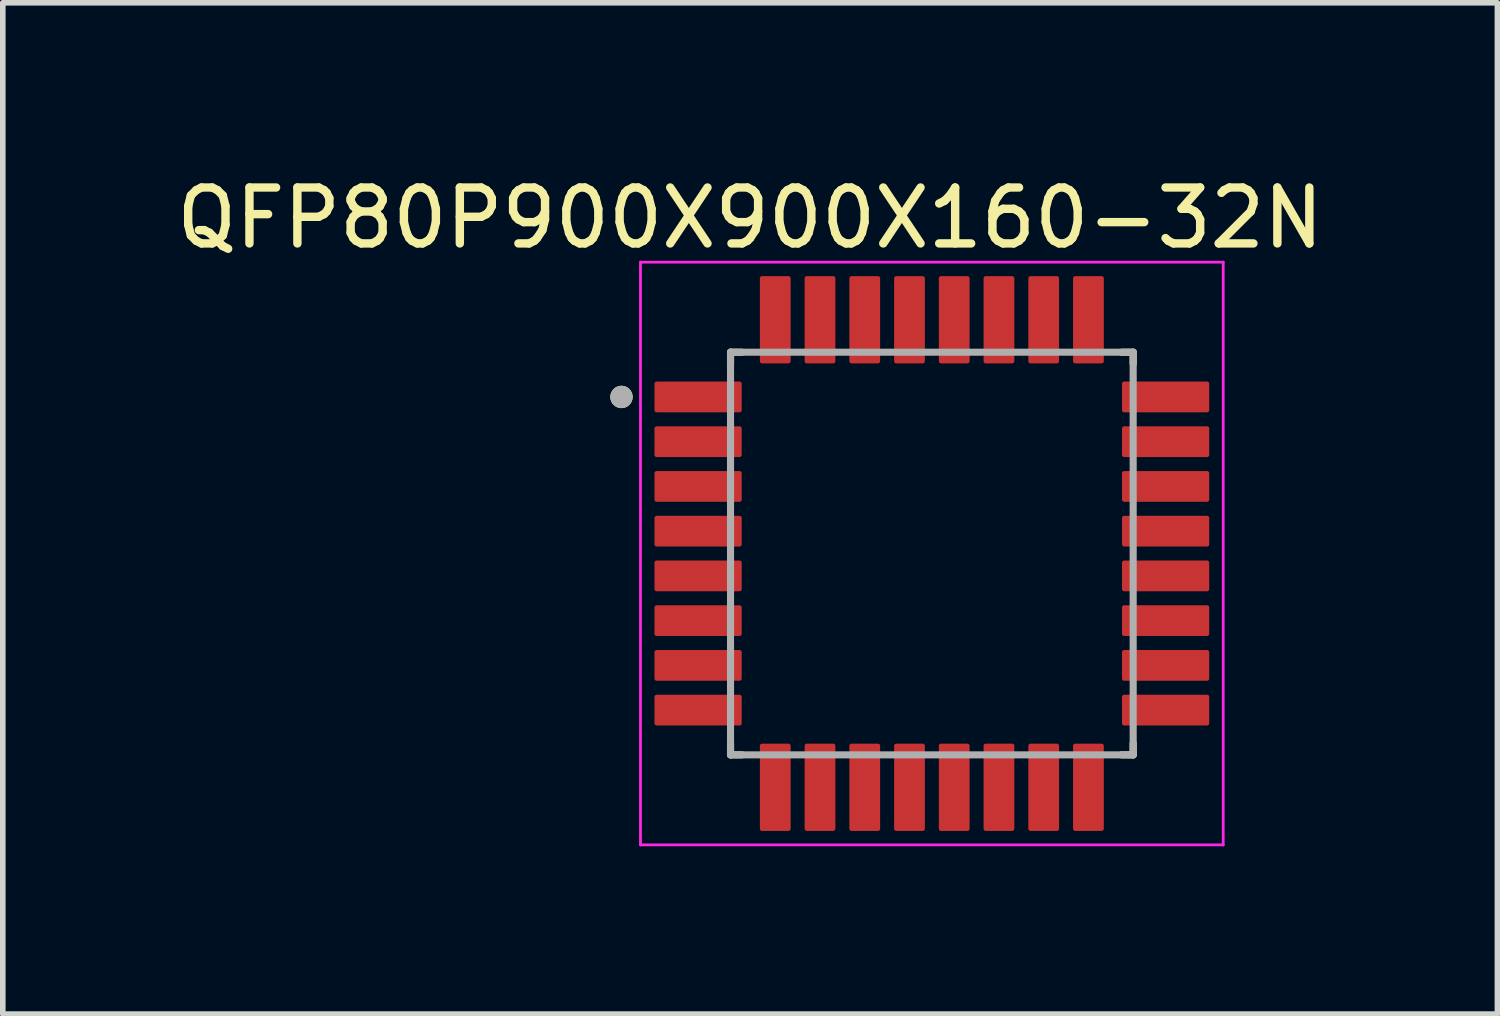
<source format=kicad_pcb>
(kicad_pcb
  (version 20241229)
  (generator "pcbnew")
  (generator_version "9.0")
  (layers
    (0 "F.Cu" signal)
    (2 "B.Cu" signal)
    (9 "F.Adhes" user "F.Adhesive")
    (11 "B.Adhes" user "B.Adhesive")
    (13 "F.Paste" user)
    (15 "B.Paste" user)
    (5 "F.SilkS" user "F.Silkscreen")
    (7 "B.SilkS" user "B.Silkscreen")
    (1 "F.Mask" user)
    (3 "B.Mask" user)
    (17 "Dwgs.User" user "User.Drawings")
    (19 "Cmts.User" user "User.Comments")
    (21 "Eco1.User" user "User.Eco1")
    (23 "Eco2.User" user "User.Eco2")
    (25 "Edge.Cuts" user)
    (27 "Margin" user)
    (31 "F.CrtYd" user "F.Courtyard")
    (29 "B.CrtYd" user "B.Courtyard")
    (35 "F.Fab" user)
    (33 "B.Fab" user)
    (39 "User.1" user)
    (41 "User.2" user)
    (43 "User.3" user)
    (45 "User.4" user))
  (footprint "QFP80P900X900X160-32N"
    (layer "F.Cu")
    (at 13.613 6.848)
    (property "Reference" "QFP80P900X900X160-32N" (at -3.25 -6 0) (layer "F.SilkS") (effects (font (size 1 1) (thickness 0.15))))
    (attr through_hole)
    (fp_line (start -3.6 -3.6) (end -3.6 -3.395) (stroke (width 0.127) (type solid)) (layer "F.SilkS"))
    (fp_line (start -3.6 -3.6) (end -3.395 -3.6) (stroke (width 0.127) (type solid)) (layer "F.SilkS"))
    (fp_line (start -3.6 3.6) (end -3.6 3.395) (stroke (width 0.127) (type solid)) (layer "F.SilkS"))
    (fp_line (start -3.6 3.6) (end -3.395 3.6) (stroke (width 0.127) (type solid)) (layer "F.SilkS"))
    (fp_line (start 3.6 -3.6) (end 3.395 -3.6) (stroke (width 0.127) (type solid)) (layer "F.SilkS"))
    (fp_line (start 3.6 -3.6) (end 3.6 -3.395) (stroke (width 0.127) (type solid)) (layer "F.SilkS"))
    (fp_line (start 3.6 3.6) (end 3.395 3.6) (stroke (width 0.127) (type solid)) (layer "F.SilkS"))
    (fp_line (start 3.6 3.6) (end 3.6 3.395) (stroke (width 0.127) (type solid)) (layer "F.SilkS"))
    (fp_circle (center -5.55 -2.8) (end -5.45 -2.8) (stroke (width 0.2) (type solid)) (fill no) (layer "F.SilkS"))
    (fp_line (start -5.21 -5.21) (end 5.21 -5.21) (stroke (width 0.05) (type solid)) (layer "F.CrtYd"))
    (fp_line (start -5.21 5.21) (end -5.21 -5.21) (stroke (width 0.05) (type solid)) (layer "F.CrtYd"))
    (fp_line (start -5.21 5.21) (end 5.21 5.21) (stroke (width 0.05) (type solid)) (layer "F.CrtYd"))
    (fp_line (start 5.21 5.21) (end 5.21 -5.21) (stroke (width 0.05) (type solid)) (layer "F.CrtYd"))
    (fp_line (start -3.6 3.6) (end -3.6 -3.6) (stroke (width 0.127) (type solid)) (layer "F.Fab"))
    (fp_line (start 3.6 -3.6) (end -3.6 -3.6) (stroke (width 0.127) (type solid)) (layer "F.Fab"))
    (fp_line (start 3.6 3.6) (end -3.6 3.6) (stroke (width 0.127) (type solid)) (layer "F.Fab"))
    (fp_line (start 3.6 3.6) (end 3.6 -3.6) (stroke (width 0.127) (type solid)) (layer "F.Fab"))
    (fp_circle (center -5.55 -2.8) (end -5.45 -2.8) (stroke (width 0.2) (type solid)) (fill no) (layer "F.Fab"))
    (pad "1" smd roundrect (at -4.18 -2.8) (size 1.56 0.55) (layers "F.Cu" "F.Mask" "F.Paste") (roundrect_rratio 0.07))
    (pad "2" smd roundrect (at -4.18 -2) (size 1.56 0.55) (layers "F.Cu" "F.Mask" "F.Paste") (roundrect_rratio 0.07))
    (pad "3" smd roundrect (at -4.18 -1.2) (size 1.56 0.55) (layers "F.Cu" "F.Mask" "F.Paste") (roundrect_rratio 0.07))
    (pad "4" smd roundrect (at -4.18 -0.4) (size 1.56 0.55) (layers "F.Cu" "F.Mask" "F.Paste") (roundrect_rratio 0.07))
    (pad "5" smd roundrect (at -4.18 0.4) (size 1.56 0.55) (layers "F.Cu" "F.Mask" "F.Paste") (roundrect_rratio 0.07))
    (pad "6" smd roundrect (at -4.18 1.2) (size 1.56 0.55) (layers "F.Cu" "F.Mask" "F.Paste") (roundrect_rratio 0.07))
    (pad "7" smd roundrect (at -4.18 2) (size 1.56 0.55) (layers "F.Cu" "F.Mask" "F.Paste") (roundrect_rratio 0.07))
    (pad "8" smd roundrect (at -4.18 2.8) (size 1.56 0.55) (layers "F.Cu" "F.Mask" "F.Paste") (roundrect_rratio 0.07))
    (pad "9" smd roundrect (at -2.8 4.18) (size 0.55 1.56) (layers "F.Cu" "F.Mask" "F.Paste") (roundrect_rratio 0.07))
    (pad "10" smd roundrect (at -2 4.18) (size 0.55 1.56) (layers "F.Cu" "F.Mask" "F.Paste") (roundrect_rratio 0.07))
    (pad "11" smd roundrect (at -1.2 4.18) (size 0.55 1.56) (layers "F.Cu" "F.Mask" "F.Paste") (roundrect_rratio 0.07))
    (pad "12" smd roundrect (at -0.4 4.18) (size 0.55 1.56) (layers "F.Cu" "F.Mask" "F.Paste") (roundrect_rratio 0.07))
    (pad "13" smd roundrect (at 0.4 4.18) (size 0.55 1.56) (layers "F.Cu" "F.Mask" "F.Paste") (roundrect_rratio 0.07))
    (pad "14" smd roundrect (at 1.2 4.18) (size 0.55 1.56) (layers "F.Cu" "F.Mask" "F.Paste") (roundrect_rratio 0.07))
    (pad "15" smd roundrect (at 2 4.18) (size 0.55 1.56) (layers "F.Cu" "F.Mask" "F.Paste") (roundrect_rratio 0.07))
    (pad "16" smd roundrect (at 2.8 4.18) (size 0.55 1.56) (layers "F.Cu" "F.Mask" "F.Paste") (roundrect_rratio 0.07))
    (pad "17" smd roundrect (at 4.18 2.8) (size 1.56 0.55) (layers "F.Cu" "F.Mask" "F.Paste") (roundrect_rratio 0.07))
    (pad "18" smd roundrect (at 4.18 2) (size 1.56 0.55) (layers "F.Cu" "F.Mask" "F.Paste") (roundrect_rratio 0.07))
    (pad "19" smd roundrect (at 4.18 1.2) (size 1.56 0.55) (layers "F.Cu" "F.Mask" "F.Paste") (roundrect_rratio 0.07))
    (pad "20" smd roundrect (at 4.18 0.4) (size 1.56 0.55) (layers "F.Cu" "F.Mask" "F.Paste") (roundrect_rratio 0.07))
    (pad "21" smd roundrect (at 4.18 -0.4) (size 1.56 0.55) (layers "F.Cu" "F.Mask" "F.Paste") (roundrect_rratio 0.07))
    (pad "22" smd roundrect (at 4.18 -1.2) (size 1.56 0.55) (layers "F.Cu" "F.Mask" "F.Paste") (roundrect_rratio 0.07))
    (pad "23" smd roundrect (at 4.18 -2) (size 1.56 0.55) (layers "F.Cu" "F.Mask" "F.Paste") (roundrect_rratio 0.07))
    (pad "24" smd roundrect (at 4.18 -2.8) (size 1.56 0.55) (layers "F.Cu" "F.Mask" "F.Paste") (roundrect_rratio 0.07))
    (pad "25" smd roundrect (at 2.8 -4.18) (size 0.55 1.56) (layers "F.Cu" "F.Mask" "F.Paste") (roundrect_rratio 0.07))
    (pad "26" smd roundrect (at 2 -4.18) (size 0.55 1.56) (layers "F.Cu" "F.Mask" "F.Paste") (roundrect_rratio 0.07))
    (pad "27" smd roundrect (at 1.2 -4.18) (size 0.55 1.56) (layers "F.Cu" "F.Mask" "F.Paste") (roundrect_rratio 0.07))
    (pad "28" smd roundrect (at 0.4 -4.18) (size 0.55 1.56) (layers "F.Cu" "F.Mask" "F.Paste") (roundrect_rratio 0.07))
    (pad "29" smd roundrect (at -0.4 -4.18) (size 0.55 1.56) (layers "F.Cu" "F.Mask" "F.Paste") (roundrect_rratio 0.07))
    (pad "30" smd roundrect (at -1.2 -4.18) (size 0.55 1.56) (layers "F.Cu" "F.Mask" "F.Paste") (roundrect_rratio 0.07))
    (pad "31" smd roundrect (at -2 -4.18) (size 0.55 1.56) (layers "F.Cu" "F.Mask" "F.Paste") (roundrect_rratio 0.07))
    (pad "32" smd roundrect (at -2.8 -4.18) (size 0.55 1.56) (layers "F.Cu" "F.Mask" "F.Paste") (roundrect_rratio 0.07)))
  (gr_rect
    (start -3 -3)
    (end 23.726 15.083)
    (stroke (width 0.1) (type default))
    (fill no)
    (layer "Edge.Cuts")))
</source>
